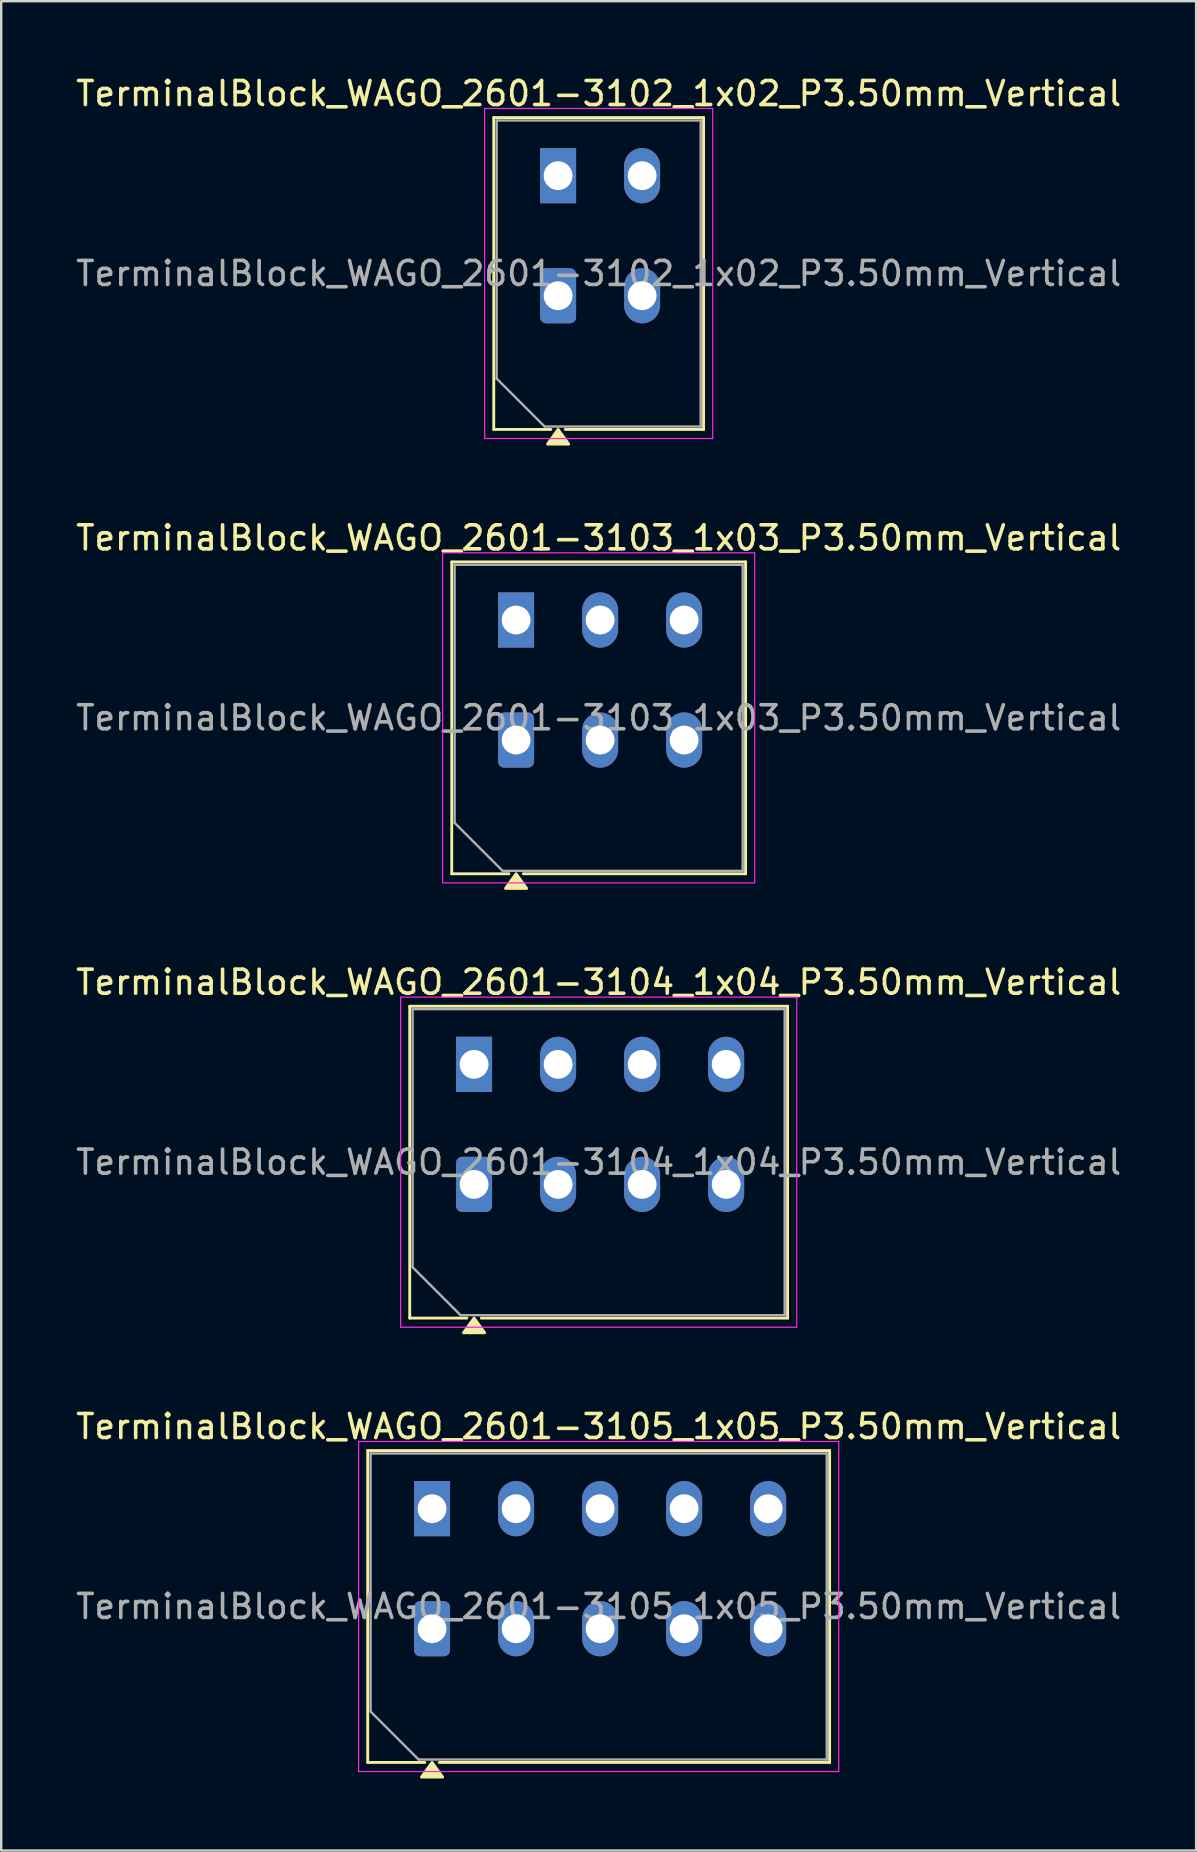
<source format=kicad_pcb>
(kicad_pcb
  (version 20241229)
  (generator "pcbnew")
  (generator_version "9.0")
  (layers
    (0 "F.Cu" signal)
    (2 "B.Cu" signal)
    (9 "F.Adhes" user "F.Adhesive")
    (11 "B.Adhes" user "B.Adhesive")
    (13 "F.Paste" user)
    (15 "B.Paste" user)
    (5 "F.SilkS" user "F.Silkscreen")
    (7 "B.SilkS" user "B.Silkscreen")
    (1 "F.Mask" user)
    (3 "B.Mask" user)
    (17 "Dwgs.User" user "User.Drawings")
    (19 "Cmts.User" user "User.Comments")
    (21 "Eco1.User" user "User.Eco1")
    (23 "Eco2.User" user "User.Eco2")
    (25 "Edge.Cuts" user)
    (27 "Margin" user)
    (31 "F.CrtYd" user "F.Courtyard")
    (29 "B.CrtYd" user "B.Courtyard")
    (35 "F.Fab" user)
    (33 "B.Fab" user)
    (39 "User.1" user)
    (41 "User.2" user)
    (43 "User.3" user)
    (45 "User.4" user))
  (footprint "TerminalBlock_WAGO_2601-3103_1x03_P3.50mm_Vertical"
    (layer "F.Cu")
    (at 18.447 27.776)
    (property "Reference" "TerminalBlock_WAGO_2601-3103_1x03_P3.50mm_Vertical" (at 3.44 -8.42 0) (layer "F.SilkS") (effects (font (size 1 1) (thickness 0.15))))
    (attr through_hole)
    (fp_line (start -2.68 -7.42) (end 9.56 -7.42) (stroke (width 0.12) (type solid)) (layer "F.SilkS"))
    (fp_line (start -2.68 5.57) (end -2.68 -7.42) (stroke (width 0.12) (type solid)) (layer "F.SilkS"))
    (fp_line (start -0.3 5.57) (end -2.68 5.57) (stroke (width 0.12) (type solid)) (layer "F.SilkS"))
    (fp_line (start 9.56 -7.42) (end 9.56 5.57) (stroke (width 0.12) (type solid)) (layer "F.SilkS"))
    (fp_line (start 9.56 5.57) (end 0.3 5.57) (stroke (width 0.12) (type solid)) (layer "F.SilkS"))
    (fp_poly (pts (xy 0 5.57) (xy 0.44 6.18) (xy -0.44 6.18)) (stroke (width 0.12) (type solid)) (fill yes) (layer "F.SilkS"))
    (fp_line (start -3.06 -7.8) (end -3.06 5.95) (stroke (width 0.05) (type solid)) (layer "F.CrtYd"))
    (fp_line (start -3.06 5.95) (end 9.94 5.95) (stroke (width 0.05) (type solid)) (layer "F.CrtYd"))
    (fp_line (start 9.94 -7.8) (end -3.06 -7.8) (stroke (width 0.05) (type solid)) (layer "F.CrtYd"))
    (fp_line (start 9.94 5.95) (end 9.94 -7.8) (stroke (width 0.05) (type solid)) (layer "F.CrtYd"))
    (fp_line (start -2.56 -7.3) (end 9.44 -7.3) (stroke (width 0.1) (type solid)) (layer "F.Fab"))
    (fp_line (start -2.56 3.45) (end -2.56 -7.3) (stroke (width 0.1) (type solid)) (layer "F.Fab"))
    (fp_line (start -0.56 5.45) (end -2.56 3.45) (stroke (width 0.1) (type solid)) (layer "F.Fab"))
    (fp_line (start 9.44 -7.3) (end 9.44 5.45) (stroke (width 0.1) (type solid)) (layer "F.Fab"))
    (fp_line (start 9.44 5.45) (end -0.56 5.45) (stroke (width 0.1) (type solid)) (layer "F.Fab"))
    (fp_text user "${REFERENCE}" (at 3.44 -0.925 0) (layer "F.Fab") (effects (font (size 1 1) (thickness 0.15))))
    (pad "1" thru_hole rect (at 0 -5) (size 1.5 2.3) (drill 1.2) (layers "*.Cu" "*.Mask"))
    (pad "1" thru_hole roundrect (at 0 0) (size 1.5 2.3) (drill 1.2) (layers "*.Cu" "*.Mask") (roundrect_rratio 0.167))
    (pad "2" thru_hole oval (at 3.5 -5) (size 1.5 2.3) (drill 1.2) (layers "*.Cu" "*.Mask"))
    (pad "2" thru_hole oval (at 3.5 0) (size 1.5 2.3) (drill 1.2) (layers "*.Cu" "*.Mask"))
    (pad "3" thru_hole oval (at 7 -5) (size 1.5 2.3) (drill 1.2) (layers "*.Cu" "*.Mask"))
    (pad "3" thru_hole oval (at 7 0) (size 1.5 2.3) (drill 1.2) (layers "*.Cu" "*.Mask")))
  (footprint "TerminalBlock_WAGO_2601-3102_1x02_P3.50mm_Vertical"
    (layer "F.Cu")
    (at 20.197 9.268)
    (property "Reference" "TerminalBlock_WAGO_2601-3102_1x02_P3.50mm_Vertical" (at 1.69 -8.42 0) (layer "F.SilkS") (effects (font (size 1 1) (thickness 0.15))))
    (attr through_hole)
    (fp_line (start -2.68 -7.42) (end 6.06 -7.42) (stroke (width 0.12) (type solid)) (layer "F.SilkS"))
    (fp_line (start -2.68 5.57) (end -2.68 -7.42) (stroke (width 0.12) (type solid)) (layer "F.SilkS"))
    (fp_line (start -0.3 5.57) (end -2.68 5.57) (stroke (width 0.12) (type solid)) (layer "F.SilkS"))
    (fp_line (start 6.06 -7.42) (end 6.06 5.57) (stroke (width 0.12) (type solid)) (layer "F.SilkS"))
    (fp_line (start 6.06 5.57) (end 0.3 5.57) (stroke (width 0.12) (type solid)) (layer "F.SilkS"))
    (fp_poly (pts (xy 0 5.57) (xy 0.44 6.18) (xy -0.44 6.18)) (stroke (width 0.12) (type solid)) (fill yes) (layer "F.SilkS"))
    (fp_line (start -3.06 -7.8) (end -3.06 5.95) (stroke (width 0.05) (type solid)) (layer "F.CrtYd"))
    (fp_line (start -3.06 5.95) (end 6.44 5.95) (stroke (width 0.05) (type solid)) (layer "F.CrtYd"))
    (fp_line (start 6.44 -7.8) (end -3.06 -7.8) (stroke (width 0.05) (type solid)) (layer "F.CrtYd"))
    (fp_line (start 6.44 5.95) (end 6.44 -7.8) (stroke (width 0.05) (type solid)) (layer "F.CrtYd"))
    (fp_line (start -2.56 -7.3) (end 5.94 -7.3) (stroke (width 0.1) (type solid)) (layer "F.Fab"))
    (fp_line (start -2.56 3.45) (end -2.56 -7.3) (stroke (width 0.1) (type solid)) (layer "F.Fab"))
    (fp_line (start -0.56 5.45) (end -2.56 3.45) (stroke (width 0.1) (type solid)) (layer "F.Fab"))
    (fp_line (start 5.94 -7.3) (end 5.94 5.45) (stroke (width 0.1) (type solid)) (layer "F.Fab"))
    (fp_line (start 5.94 5.45) (end -0.56 5.45) (stroke (width 0.1) (type solid)) (layer "F.Fab"))
    (fp_text user "${REFERENCE}" (at 1.69 -0.925 0) (layer "F.Fab") (effects (font (size 1 1) (thickness 0.15))))
    (pad "1" thru_hole rect (at 0 -5) (size 1.5 2.3) (drill 1.2) (layers "*.Cu" "*.Mask"))
    (pad "1" thru_hole roundrect (at 0 0) (size 1.5 2.3) (drill 1.2) (layers "*.Cu" "*.Mask") (roundrect_rratio 0.167))
    (pad "2" thru_hole oval (at 3.5 -5) (size 1.5 2.3) (drill 1.2) (layers "*.Cu" "*.Mask"))
    (pad "2" thru_hole oval (at 3.5 0) (size 1.5 2.3) (drill 1.2) (layers "*.Cu" "*.Mask")))
  (footprint "TerminalBlock_WAGO_2601-3104_1x04_P3.50mm_Vertical"
    (layer "F.Cu")
    (at 16.697 46.285)
    (property "Reference" "TerminalBlock_WAGO_2601-3104_1x04_P3.50mm_Vertical" (at 5.19 -8.42 0) (layer "F.SilkS") (effects (font (size 1 1) (thickness 0.15))))
    (attr through_hole)
    (fp_line (start -2.68 -7.42) (end 13.06 -7.42) (stroke (width 0.12) (type solid)) (layer "F.SilkS"))
    (fp_line (start -2.68 5.57) (end -2.68 -7.42) (stroke (width 0.12) (type solid)) (layer "F.SilkS"))
    (fp_line (start -0.3 5.57) (end -2.68 5.57) (stroke (width 0.12) (type solid)) (layer "F.SilkS"))
    (fp_line (start 13.06 -7.42) (end 13.06 5.57) (stroke (width 0.12) (type solid)) (layer "F.SilkS"))
    (fp_line (start 13.06 5.57) (end 0.3 5.57) (stroke (width 0.12) (type solid)) (layer "F.SilkS"))
    (fp_poly (pts (xy 0 5.57) (xy 0.44 6.18) (xy -0.44 6.18)) (stroke (width 0.12) (type solid)) (fill yes) (layer "F.SilkS"))
    (fp_line (start -3.06 -7.8) (end -3.06 5.95) (stroke (width 0.05) (type solid)) (layer "F.CrtYd"))
    (fp_line (start -3.06 5.95) (end 13.44 5.95) (stroke (width 0.05) (type solid)) (layer "F.CrtYd"))
    (fp_line (start 13.44 -7.8) (end -3.06 -7.8) (stroke (width 0.05) (type solid)) (layer "F.CrtYd"))
    (fp_line (start 13.44 5.95) (end 13.44 -7.8) (stroke (width 0.05) (type solid)) (layer "F.CrtYd"))
    (fp_line (start -2.56 -7.3) (end 12.94 -7.3) (stroke (width 0.1) (type solid)) (layer "F.Fab"))
    (fp_line (start -2.56 3.45) (end -2.56 -7.3) (stroke (width 0.1) (type solid)) (layer "F.Fab"))
    (fp_line (start -0.56 5.45) (end -2.56 3.45) (stroke (width 0.1) (type solid)) (layer "F.Fab"))
    (fp_line (start 12.94 -7.3) (end 12.94 5.45) (stroke (width 0.1) (type solid)) (layer "F.Fab"))
    (fp_line (start 12.94 5.45) (end -0.56 5.45) (stroke (width 0.1) (type solid)) (layer "F.Fab"))
    (fp_text user "${REFERENCE}" (at 5.19 -0.925 0) (layer "F.Fab") (effects (font (size 1 1) (thickness 0.15))))
    (pad "1" thru_hole rect (at 0 -5) (size 1.5 2.3) (drill 1.2) (layers "*.Cu" "*.Mask"))
    (pad "1" thru_hole roundrect (at 0 0) (size 1.5 2.3) (drill 1.2) (layers "*.Cu" "*.Mask") (roundrect_rratio 0.167))
    (pad "2" thru_hole oval (at 3.5 -5) (size 1.5 2.3) (drill 1.2) (layers "*.Cu" "*.Mask"))
    (pad "2" thru_hole oval (at 3.5 0) (size 1.5 2.3) (drill 1.2) (layers "*.Cu" "*.Mask"))
    (pad "3" thru_hole oval (at 7 -5) (size 1.5 2.3) (drill 1.2) (layers "*.Cu" "*.Mask"))
    (pad "3" thru_hole oval (at 7 0) (size 1.5 2.3) (drill 1.2) (layers "*.Cu" "*.Mask"))
    (pad "4" thru_hole oval (at 10.5 -5) (size 1.5 2.3) (drill 1.2) (layers "*.Cu" "*.Mask"))
    (pad "4" thru_hole oval (at 10.5 0) (size 1.5 2.3) (drill 1.2) (layers "*.Cu" "*.Mask")))
  (footprint "TerminalBlock_WAGO_2601-3105_1x05_P3.50mm_Vertical"
    (layer "F.Cu")
    (at 14.947 64.793)
    (property "Reference" "TerminalBlock_WAGO_2601-3105_1x05_P3.50mm_Vertical" (at 6.94 -8.42 0) (layer "F.SilkS") (effects (font (size 1 1) (thickness 0.15))))
    (attr through_hole)
    (fp_line (start -2.68 -7.42) (end 16.56 -7.42) (stroke (width 0.12) (type solid)) (layer "F.SilkS"))
    (fp_line (start -2.68 5.57) (end -2.68 -7.42) (stroke (width 0.12) (type solid)) (layer "F.SilkS"))
    (fp_line (start -0.3 5.57) (end -2.68 5.57) (stroke (width 0.12) (type solid)) (layer "F.SilkS"))
    (fp_line (start 16.56 -7.42) (end 16.56 5.57) (stroke (width 0.12) (type solid)) (layer "F.SilkS"))
    (fp_line (start 16.56 5.57) (end 0.3 5.57) (stroke (width 0.12) (type solid)) (layer "F.SilkS"))
    (fp_poly (pts (xy 0 5.57) (xy 0.44 6.18) (xy -0.44 6.18)) (stroke (width 0.12) (type solid)) (fill yes) (layer "F.SilkS"))
    (fp_line (start -3.06 -7.8) (end -3.06 5.95) (stroke (width 0.05) (type solid)) (layer "F.CrtYd"))
    (fp_line (start -3.06 5.95) (end 16.94 5.95) (stroke (width 0.05) (type solid)) (layer "F.CrtYd"))
    (fp_line (start 16.94 -7.8) (end -3.06 -7.8) (stroke (width 0.05) (type solid)) (layer "F.CrtYd"))
    (fp_line (start 16.94 5.95) (end 16.94 -7.8) (stroke (width 0.05) (type solid)) (layer "F.CrtYd"))
    (fp_line (start -2.56 -7.3) (end 16.44 -7.3) (stroke (width 0.1) (type solid)) (layer "F.Fab"))
    (fp_line (start -2.56 3.45) (end -2.56 -7.3) (stroke (width 0.1) (type solid)) (layer "F.Fab"))
    (fp_line (start -0.56 5.45) (end -2.56 3.45) (stroke (width 0.1) (type solid)) (layer "F.Fab"))
    (fp_line (start 16.44 -7.3) (end 16.44 5.45) (stroke (width 0.1) (type solid)) (layer "F.Fab"))
    (fp_line (start 16.44 5.45) (end -0.56 5.45) (stroke (width 0.1) (type solid)) (layer "F.Fab"))
    (fp_text user "${REFERENCE}" (at 6.94 -0.925 0) (layer "F.Fab") (effects (font (size 1 1) (thickness 0.15))))
    (pad "1" thru_hole rect (at 0 -5) (size 1.5 2.3) (drill 1.2) (layers "*.Cu" "*.Mask"))
    (pad "1" thru_hole roundrect (at 0 0) (size 1.5 2.3) (drill 1.2) (layers "*.Cu" "*.Mask") (roundrect_rratio 0.167))
    (pad "2" thru_hole oval (at 3.5 -5) (size 1.5 2.3) (drill 1.2) (layers "*.Cu" "*.Mask"))
    (pad "2" thru_hole oval (at 3.5 0) (size 1.5 2.3) (drill 1.2) (layers "*.Cu" "*.Mask"))
    (pad "3" thru_hole oval (at 7 -5) (size 1.5 2.3) (drill 1.2) (layers "*.Cu" "*.Mask"))
    (pad "3" thru_hole oval (at 7 0) (size 1.5 2.3) (drill 1.2) (layers "*.Cu" "*.Mask"))
    (pad "4" thru_hole oval (at 10.5 -5) (size 1.5 2.3) (drill 1.2) (layers "*.Cu" "*.Mask"))
    (pad "4" thru_hole oval (at 10.5 0) (size 1.5 2.3) (drill 1.2) (layers "*.Cu" "*.Mask"))
    (pad "5" thru_hole oval (at 14 -5) (size 1.5 2.3) (drill 1.2) (layers "*.Cu" "*.Mask"))
    (pad "5" thru_hole oval (at 14 0) (size 1.5 2.3) (drill 1.2) (layers "*.Cu" "*.Mask")))
  (gr_rect
    (start -3 -3)
    (end 46.774 74.033)
    (stroke (width 0.1) (type default))
    (fill no)
    (layer "Edge.Cuts")))
</source>
